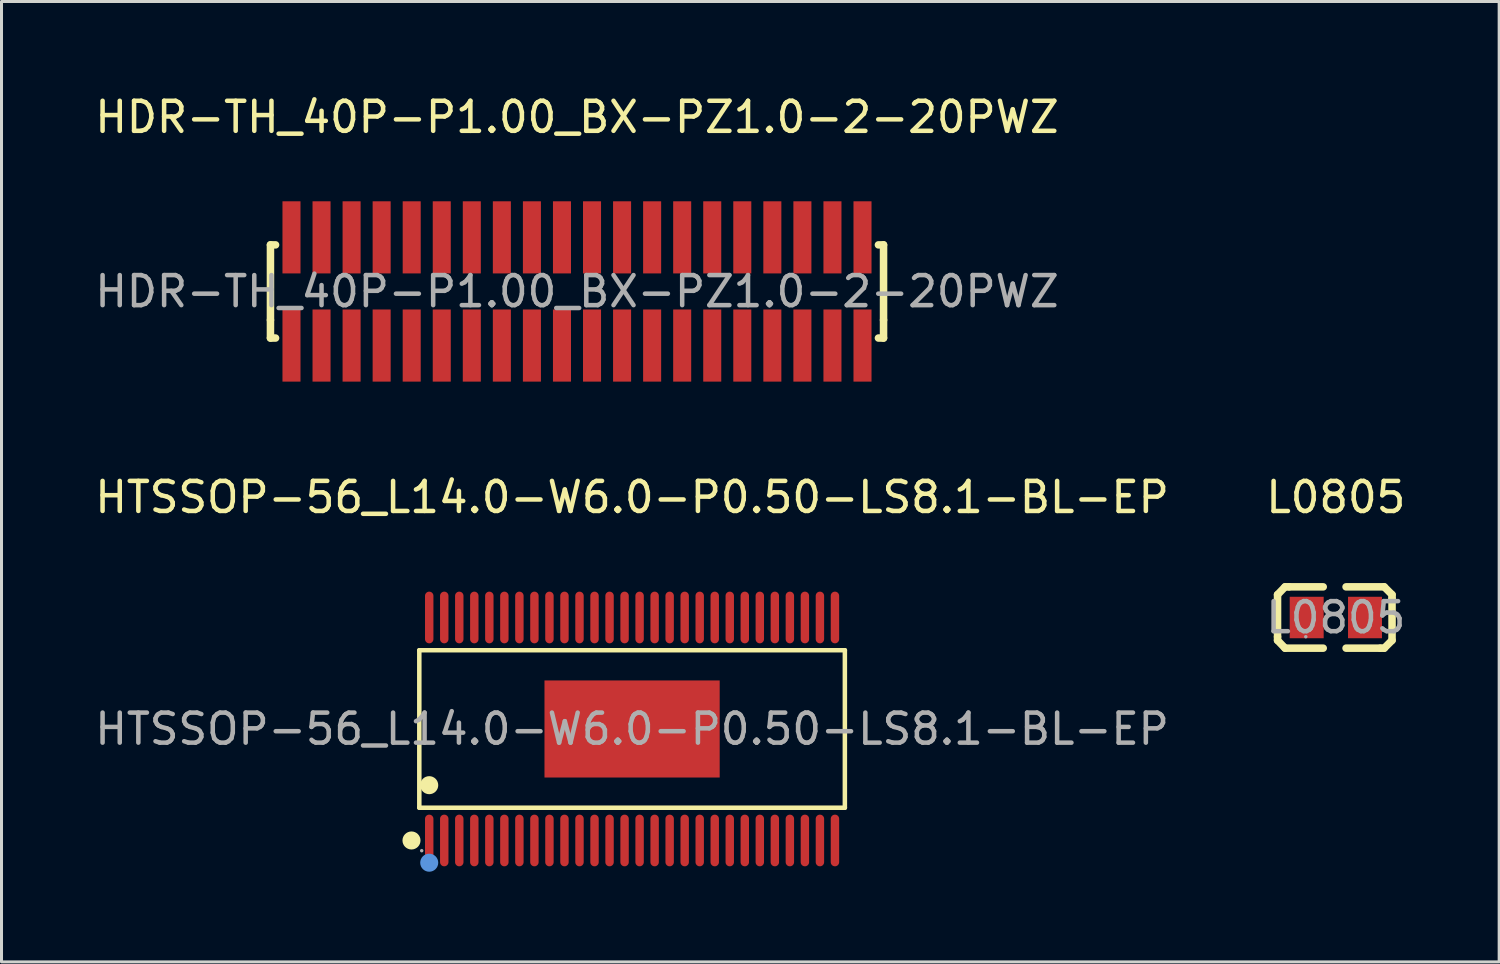
<source format=kicad_pcb>
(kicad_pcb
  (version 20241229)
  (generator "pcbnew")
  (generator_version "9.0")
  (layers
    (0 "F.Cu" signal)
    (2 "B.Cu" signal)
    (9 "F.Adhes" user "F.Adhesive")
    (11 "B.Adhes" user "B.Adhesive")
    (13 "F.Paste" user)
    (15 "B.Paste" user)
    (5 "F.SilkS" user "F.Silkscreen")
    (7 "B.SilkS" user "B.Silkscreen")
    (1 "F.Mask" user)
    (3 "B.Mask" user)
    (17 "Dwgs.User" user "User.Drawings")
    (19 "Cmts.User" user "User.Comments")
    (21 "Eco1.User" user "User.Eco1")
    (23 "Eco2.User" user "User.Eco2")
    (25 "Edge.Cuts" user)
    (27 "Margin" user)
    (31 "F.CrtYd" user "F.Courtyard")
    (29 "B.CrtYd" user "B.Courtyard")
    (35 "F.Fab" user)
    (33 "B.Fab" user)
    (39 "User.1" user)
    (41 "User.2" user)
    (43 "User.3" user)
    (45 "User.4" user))
  (footprint "HTSSOP-56_L14.0-W6.0-P0.50-LS8.1-BL-EP"
    (layer "F.Cu")
    (at 17.982 21.206)
    (property "Reference" "HTSSOP-56_L14.0-W6.0-P0.50-LS8.1-BL-EP" (at 0 -7.71 0) (layer "F.SilkS") (effects (font (size 1 1) (thickness 0.15))))
    (attr smd)
    (fp_line (start -7.08 -2.62) (end 7.08 -2.62) (stroke (width 0.15) (type solid)) (layer "F.SilkS"))
    (fp_line (start -7.08 2.62) (end -7.08 -2.62) (stroke (width 0.15) (type solid)) (layer "F.SilkS"))
    (fp_line (start 7.08 -2.62) (end 7.08 2.62) (stroke (width 0.15) (type solid)) (layer "F.SilkS"))
    (fp_line (start 7.08 2.62) (end -7.08 2.62) (stroke (width 0.15) (type solid)) (layer "F.SilkS"))
    (fp_circle (center -7.34 3.71) (end -7.19 3.71) (stroke (width 0.3) (type solid)) (fill no) (layer "F.SilkS"))
    (fp_circle (center -6.75 1.87) (end -6.6 1.87) (stroke (width 0.3) (type solid)) (fill no) (layer "F.SilkS"))
    (fp_circle (center -6.75 4.45) (end -6.6 4.45) (stroke (width 0.3) (type solid)) (fill no) (layer "Cmts.User"))
    (fp_circle (center -7 4.05) (end -6.97 4.05) (stroke (width 0.06) (type solid)) (fill no) (layer "F.Fab"))
    (fp_text user "${REFERENCE}" (at 0 0 0) (layer "F.Fab") (effects (font (size 1 1) (thickness 0.15))))
    (pad "1" smd oval (at -6.75 3.71) (size 0.28 1.72) (layers "F.Cu" "F.Mask" "F.Paste"))
    (pad "2" smd oval (at -6.25 3.71) (size 0.28 1.72) (layers "F.Cu" "F.Mask" "F.Paste"))
    (pad "3" smd oval (at -5.75 3.71) (size 0.28 1.72) (layers "F.Cu" "F.Mask" "F.Paste"))
    (pad "4" smd oval (at -5.25 3.71) (size 0.28 1.72) (layers "F.Cu" "F.Mask" "F.Paste"))
    (pad "5" smd oval (at -4.75 3.71) (size 0.28 1.72) (layers "F.Cu" "F.Mask" "F.Paste"))
    (pad "6" smd oval (at -4.25 3.71) (size 0.28 1.72) (layers "F.Cu" "F.Mask" "F.Paste"))
    (pad "7" smd oval (at -3.75 3.71) (size 0.28 1.72) (layers "F.Cu" "F.Mask" "F.Paste"))
    (pad "8" smd oval (at -3.25 3.71) (size 0.28 1.72) (layers "F.Cu" "F.Mask" "F.Paste"))
    (pad "9" smd oval (at -2.75 3.71) (size 0.28 1.72) (layers "F.Cu" "F.Mask" "F.Paste"))
    (pad "10" smd oval (at -2.25 3.71) (size 0.28 1.72) (layers "F.Cu" "F.Mask" "F.Paste"))
    (pad "11" smd oval (at -1.75 3.71) (size 0.28 1.72) (layers "F.Cu" "F.Mask" "F.Paste"))
    (pad "12" smd oval (at -1.25 3.71) (size 0.28 1.72) (layers "F.Cu" "F.Mask" "F.Paste"))
    (pad "13" smd oval (at -0.75 3.71) (size 0.28 1.72) (layers "F.Cu" "F.Mask" "F.Paste"))
    (pad "14" smd oval (at -0.25 3.71) (size 0.28 1.72) (layers "F.Cu" "F.Mask" "F.Paste"))
    (pad "15" smd oval (at 0.25 3.71) (size 0.28 1.72) (layers "F.Cu" "F.Mask" "F.Paste"))
    (pad "16" smd oval (at 0.75 3.71) (size 0.28 1.72) (layers "F.Cu" "F.Mask" "F.Paste"))
    (pad "17" smd oval (at 1.25 3.71) (size 0.28 1.72) (layers "F.Cu" "F.Mask" "F.Paste"))
    (pad "18" smd oval (at 1.75 3.71) (size 0.28 1.72) (layers "F.Cu" "F.Mask" "F.Paste"))
    (pad "19" smd oval (at 2.25 3.71) (size 0.28 1.72) (layers "F.Cu" "F.Mask" "F.Paste"))
    (pad "20" smd oval (at 2.75 3.71) (size 0.28 1.72) (layers "F.Cu" "F.Mask" "F.Paste"))
    (pad "21" smd oval (at 3.25 3.71) (size 0.28 1.72) (layers "F.Cu" "F.Mask" "F.Paste"))
    (pad "22" smd oval (at 3.75 3.71) (size 0.28 1.72) (layers "F.Cu" "F.Mask" "F.Paste"))
    (pad "23" smd oval (at 4.25 3.71) (size 0.28 1.72) (layers "F.Cu" "F.Mask" "F.Paste"))
    (pad "24" smd oval (at 4.75 3.71) (size 0.28 1.72) (layers "F.Cu" "F.Mask" "F.Paste"))
    (pad "25" smd oval (at 5.25 3.71) (size 0.28 1.72) (layers "F.Cu" "F.Mask" "F.Paste"))
    (pad "26" smd oval (at 5.75 3.71) (size 0.28 1.72) (layers "F.Cu" "F.Mask" "F.Paste"))
    (pad "27" smd oval (at 6.25 3.71) (size 0.28 1.72) (layers "F.Cu" "F.Mask" "F.Paste"))
    (pad "28" smd oval (at 6.75 3.71) (size 0.28 1.72) (layers "F.Cu" "F.Mask" "F.Paste"))
    (pad "29" smd oval (at 6.75 -3.71) (size 0.28 1.72) (layers "F.Cu" "F.Mask" "F.Paste"))
    (pad "30" smd oval (at 6.25 -3.71) (size 0.28 1.72) (layers "F.Cu" "F.Mask" "F.Paste"))
    (pad "31" smd oval (at 5.75 -3.71) (size 0.28 1.72) (layers "F.Cu" "F.Mask" "F.Paste"))
    (pad "32" smd oval (at 5.25 -3.71) (size 0.28 1.72) (layers "F.Cu" "F.Mask" "F.Paste"))
    (pad "33" smd oval (at 4.75 -3.71) (size 0.28 1.72) (layers "F.Cu" "F.Mask" "F.Paste"))
    (pad "34" smd oval (at 4.25 -3.71) (size 0.28 1.72) (layers "F.Cu" "F.Mask" "F.Paste"))
    (pad "35" smd oval (at 3.75 -3.71) (size 0.28 1.72) (layers "F.Cu" "F.Mask" "F.Paste"))
    (pad "36" smd oval (at 3.25 -3.71) (size 0.28 1.72) (layers "F.Cu" "F.Mask" "F.Paste"))
    (pad "37" smd oval (at 2.75 -3.71) (size 0.28 1.72) (layers "F.Cu" "F.Mask" "F.Paste"))
    (pad "38" smd oval (at 2.25 -3.71) (size 0.28 1.72) (layers "F.Cu" "F.Mask" "F.Paste"))
    (pad "39" smd oval (at 1.75 -3.71) (size 0.28 1.72) (layers "F.Cu" "F.Mask" "F.Paste"))
    (pad "40" smd oval (at 1.25 -3.71) (size 0.28 1.72) (layers "F.Cu" "F.Mask" "F.Paste"))
    (pad "41" smd oval (at 0.75 -3.71) (size 0.28 1.72) (layers "F.Cu" "F.Mask" "F.Paste"))
    (pad "42" smd oval (at 0.25 -3.71) (size 0.28 1.72) (layers "F.Cu" "F.Mask" "F.Paste"))
    (pad "43" smd oval (at -0.25 -3.71) (size 0.28 1.72) (layers "F.Cu" "F.Mask" "F.Paste"))
    (pad "44" smd oval (at -0.75 -3.71) (size 0.28 1.72) (layers "F.Cu" "F.Mask" "F.Paste"))
    (pad "45" smd oval (at -1.25 -3.71) (size 0.28 1.72) (layers "F.Cu" "F.Mask" "F.Paste"))
    (pad "46" smd oval (at -1.75 -3.71) (size 0.28 1.72) (layers "F.Cu" "F.Mask" "F.Paste"))
    (pad "47" smd oval (at -2.25 -3.71) (size 0.28 1.72) (layers "F.Cu" "F.Mask" "F.Paste"))
    (pad "48" smd oval (at -2.75 -3.71) (size 0.28 1.72) (layers "F.Cu" "F.Mask" "F.Paste"))
    (pad "49" smd oval (at -3.25 -3.71) (size 0.28 1.72) (layers "F.Cu" "F.Mask" "F.Paste"))
    (pad "50" smd oval (at -3.75 -3.71) (size 0.28 1.72) (layers "F.Cu" "F.Mask" "F.Paste"))
    (pad "51" smd oval (at -4.25 -3.71) (size 0.28 1.72) (layers "F.Cu" "F.Mask" "F.Paste"))
    (pad "52" smd oval (at -4.75 -3.71) (size 0.28 1.72) (layers "F.Cu" "F.Mask" "F.Paste"))
    (pad "53" smd oval (at -5.25 -3.71) (size 0.28 1.72) (layers "F.Cu" "F.Mask" "F.Paste"))
    (pad "54" smd oval (at -5.75 -3.71) (size 0.28 1.72) (layers "F.Cu" "F.Mask" "F.Paste"))
    (pad "55" smd oval (at -6.25 -3.71) (size 0.28 1.72) (layers "F.Cu" "F.Mask" "F.Paste"))
    (pad "56" smd oval (at -6.75 -3.71) (size 0.28 1.72) (layers "F.Cu" "F.Mask" "F.Paste"))
    (pad "57" smd rect (at 0 0) (size 5.83 3.23) (layers "F.Cu" "F.Mask" "F.Paste")))
  (footprint "HDR-TH_40P-P1.00_BX-PZ1.0-2-20PWZ"
    (layer "F.Cu")
    (at 16.149 6.648)
    (property "Reference" "HDR-TH_40P-P1.00_BX-PZ1.0-2-20PWZ" (at 0 -5.8 0) (layer "F.SilkS") (effects (font (size 1 1) (thickness 0.15))))
    (attr through_hole)
    (fp_line (start -10.2 -1.55) (end -10.03 -1.55) (stroke (width 0.25) (type solid)) (layer "F.SilkS"))
    (fp_line (start -10.2 0.95) (end -10.2 -1.55) (stroke (width 0.25) (type solid)) (layer "F.SilkS"))
    (fp_line (start -10.2 0.95) (end -10.2 1.55) (stroke (width 0.25) (type solid)) (layer "F.SilkS"))
    (fp_line (start -10.03 1.55) (end -10.2 1.55) (stroke (width 0.25) (type solid)) (layer "F.SilkS"))
    (fp_line (start 10.03 -1.55) (end 10.2 -1.55) (stroke (width 0.25) (type solid)) (layer "F.SilkS"))
    (fp_line (start 10.2 -1.55) (end 10.2 0.95) (stroke (width 0.25) (type solid)) (layer "F.SilkS"))
    (fp_line (start 10.2 0.95) (end 10.2 1.55) (stroke (width 0.25) (type solid)) (layer "F.SilkS"))
    (fp_line (start 10.2 1.55) (end 10.03 1.55) (stroke (width 0.25) (type solid)) (layer "F.SilkS"))
    (fp_text user "${REFERENCE}" (at 0 0 0) (layer "F.Fab") (effects (font (size 1 1) (thickness 0.15))))
    (pad "1" smd rect (at -9.5 1.8) (size 0.6 2.4) (layers "F.Cu" "F.Mask" "F.Paste"))
    (pad "2" smd rect (at -9.5 -1.8) (size 0.6 2.4) (layers "F.Cu" "F.Mask" "F.Paste"))
    (pad "3" smd rect (at -8.5 1.8) (size 0.6 2.4) (layers "F.Cu" "F.Mask" "F.Paste"))
    (pad "4" smd rect (at -8.5 -1.8) (size 0.6 2.4) (layers "F.Cu" "F.Mask" "F.Paste"))
    (pad "5" smd rect (at -7.5 1.8) (size 0.6 2.4) (layers "F.Cu" "F.Mask" "F.Paste"))
    (pad "6" smd rect (at -7.5 -1.8) (size 0.6 2.4) (layers "F.Cu" "F.Mask" "F.Paste"))
    (pad "7" smd rect (at -6.5 1.8) (size 0.6 2.4) (layers "F.Cu" "F.Mask" "F.Paste"))
    (pad "8" smd rect (at -6.5 -1.8) (size 0.6 2.4) (layers "F.Cu" "F.Mask" "F.Paste"))
    (pad "9" smd rect (at -5.5 1.8) (size 0.6 2.4) (layers "F.Cu" "F.Mask" "F.Paste"))
    (pad "10" smd rect (at -5.5 -1.8) (size 0.6 2.4) (layers "F.Cu" "F.Mask" "F.Paste"))
    (pad "11" smd rect (at -4.5 1.8) (size 0.6 2.4) (layers "F.Cu" "F.Mask" "F.Paste"))
    (pad "12" smd rect (at -4.5 -1.8) (size 0.6 2.4) (layers "F.Cu" "F.Mask" "F.Paste"))
    (pad "13" smd rect (at -3.5 1.8) (size 0.6 2.4) (layers "F.Cu" "F.Mask" "F.Paste"))
    (pad "14" smd rect (at -3.5 -1.8) (size 0.6 2.4) (layers "F.Cu" "F.Mask" "F.Paste"))
    (pad "15" smd rect (at -2.5 1.8) (size 0.6 2.4) (layers "F.Cu" "F.Mask" "F.Paste"))
    (pad "16" smd rect (at -2.5 -1.8) (size 0.6 2.4) (layers "F.Cu" "F.Mask" "F.Paste"))
    (pad "17" smd rect (at -1.5 1.8) (size 0.6 2.4) (layers "F.Cu" "F.Mask" "F.Paste"))
    (pad "18" smd rect (at -1.5 -1.8) (size 0.6 2.4) (layers "F.Cu" "F.Mask" "F.Paste"))
    (pad "19" smd rect (at -0.5 1.8) (size 0.6 2.4) (layers "F.Cu" "F.Mask" "F.Paste"))
    (pad "20" smd rect (at -0.5 -1.8) (size 0.6 2.4) (layers "F.Cu" "F.Mask" "F.Paste"))
    (pad "21" smd rect (at 0.5 1.8) (size 0.6 2.4) (layers "F.Cu" "F.Mask" "F.Paste"))
    (pad "22" smd rect (at 0.5 -1.8) (size 0.6 2.4) (layers "F.Cu" "F.Mask" "F.Paste"))
    (pad "23" smd rect (at 1.5 1.8) (size 0.6 2.4) (layers "F.Cu" "F.Mask" "F.Paste"))
    (pad "24" smd rect (at 1.5 -1.8) (size 0.6 2.4) (layers "F.Cu" "F.Mask" "F.Paste"))
    (pad "25" smd rect (at 2.5 1.8) (size 0.6 2.4) (layers "F.Cu" "F.Mask" "F.Paste"))
    (pad "26" smd rect (at 2.5 -1.8) (size 0.6 2.4) (layers "F.Cu" "F.Mask" "F.Paste"))
    (pad "27" smd rect (at 3.5 1.8) (size 0.6 2.4) (layers "F.Cu" "F.Mask" "F.Paste"))
    (pad "28" smd rect (at 3.5 -1.8) (size 0.6 2.4) (layers "F.Cu" "F.Mask" "F.Paste"))
    (pad "29" smd rect (at 4.5 1.8) (size 0.6 2.4) (layers "F.Cu" "F.Mask" "F.Paste"))
    (pad "30" smd rect (at 4.5 -1.8) (size 0.6 2.4) (layers "F.Cu" "F.Mask" "F.Paste"))
    (pad "31" smd rect (at 5.5 1.8) (size 0.6 2.4) (layers "F.Cu" "F.Mask" "F.Paste"))
    (pad "32" smd rect (at 5.5 -1.8) (size 0.6 2.4) (layers "F.Cu" "F.Mask" "F.Paste"))
    (pad "33" smd rect (at 6.5 1.8) (size 0.6 2.4) (layers "F.Cu" "F.Mask" "F.Paste"))
    (pad "34" smd rect (at 6.5 -1.8) (size 0.6 2.4) (layers "F.Cu" "F.Mask" "F.Paste"))
    (pad "35" smd rect (at 7.5 1.8) (size 0.6 2.4) (layers "F.Cu" "F.Mask" "F.Paste"))
    (pad "36" smd rect (at 7.5 -1.8) (size 0.6 2.4) (layers "F.Cu" "F.Mask" "F.Paste"))
    (pad "37" smd rect (at 8.5 1.8) (size 0.6 2.4) (layers "F.Cu" "F.Mask" "F.Paste"))
    (pad "38" smd rect (at 8.5 -1.8) (size 0.6 2.4) (layers "F.Cu" "F.Mask" "F.Paste"))
    (pad "39" smd rect (at 9.5 1.8) (size 0.6 2.4) (layers "F.Cu" "F.Mask" "F.Paste"))
    (pad "40" smd rect (at 9.5 -1.8) (size 0.6 2.4) (layers "F.Cu" "F.Mask" "F.Paste")))
  (footprint "L0805"
    (layer "F.Cu")
    (at 41.399 17.497)
    (property "Reference" "L0805" (at 0 -4 0) (layer "F.SilkS") (effects (font (size 1 1) (thickness 0.15))))
    (attr smd)
    (fp_line (start -1.94 -0.76) (end -1.94 0.64) (stroke (width 0.25) (type solid)) (layer "F.SilkS"))
    (fp_line (start -1.94 0.64) (end -1.94 0.76) (stroke (width 0.25) (type solid)) (layer "F.SilkS"))
    (fp_line (start -1.94 0.76) (end -1.69 1.02) (stroke (width 0.25) (type solid)) (layer "F.SilkS"))
    (fp_line (start -1.69 -1.02) (end -1.94 -0.76) (stroke (width 0.25) (type solid)) (layer "F.SilkS"))
    (fp_line (start -1.69 1.02) (end -0.42 1.02) (stroke (width 0.25) (type solid)) (layer "F.SilkS"))
    (fp_line (start -1.56 -1.02) (end -1.69 -1.02) (stroke (width 0.25) (type solid)) (layer "F.SilkS"))
    (fp_line (start -0.42 -1.02) (end -1.56 -1.02) (stroke (width 0.25) (type solid)) (layer "F.SilkS"))
    (fp_line (start 0.34 1.02) (end 1.48 1.02) (stroke (width 0.25) (type solid)) (layer "F.SilkS"))
    (fp_line (start 1.48 1.02) (end 1.61 1.02) (stroke (width 0.25) (type solid)) (layer "F.SilkS"))
    (fp_line (start 1.61 -1.02) (end 0.34 -1.02) (stroke (width 0.25) (type solid)) (layer "F.SilkS"))
    (fp_line (start 1.61 1.02) (end 1.87 0.76) (stroke (width 0.25) (type solid)) (layer "F.SilkS"))
    (fp_line (start 1.87 -0.76) (end 1.61 -1.02) (stroke (width 0.25) (type solid)) (layer "F.SilkS"))
    (fp_line (start 1.87 -0.63) (end 1.87 -0.76) (stroke (width 0.25) (type solid)) (layer "F.SilkS"))
    (fp_line (start 1.87 0.76) (end 1.87 -0.63) (stroke (width 0.25) (type solid)) (layer "F.SilkS"))
    (fp_circle (center -1 0.64) (end -0.97 0.64) (stroke (width 0.06) (type solid)) (fill no) (layer "F.Fab"))
    (fp_text user "${REFERENCE}" (at 0 0 0) (layer "F.Fab") (effects (font (size 1 1) (thickness 0.15))))
    (pad "1" smd rect (at -0.97 0) (size 1.13 1.38) (layers "F.Cu" "F.Mask" "F.Paste"))
    (pad "2" smd rect (at 0.97 0) (size 1.13 1.38) (layers "F.Cu" "F.Mask" "F.Paste")))
  (gr_rect
    (start -3 -3)
    (end 46.833 28.956)
    (stroke (width 0.1) (type default))
    (fill no)
    (layer "Edge.Cuts")))
</source>
